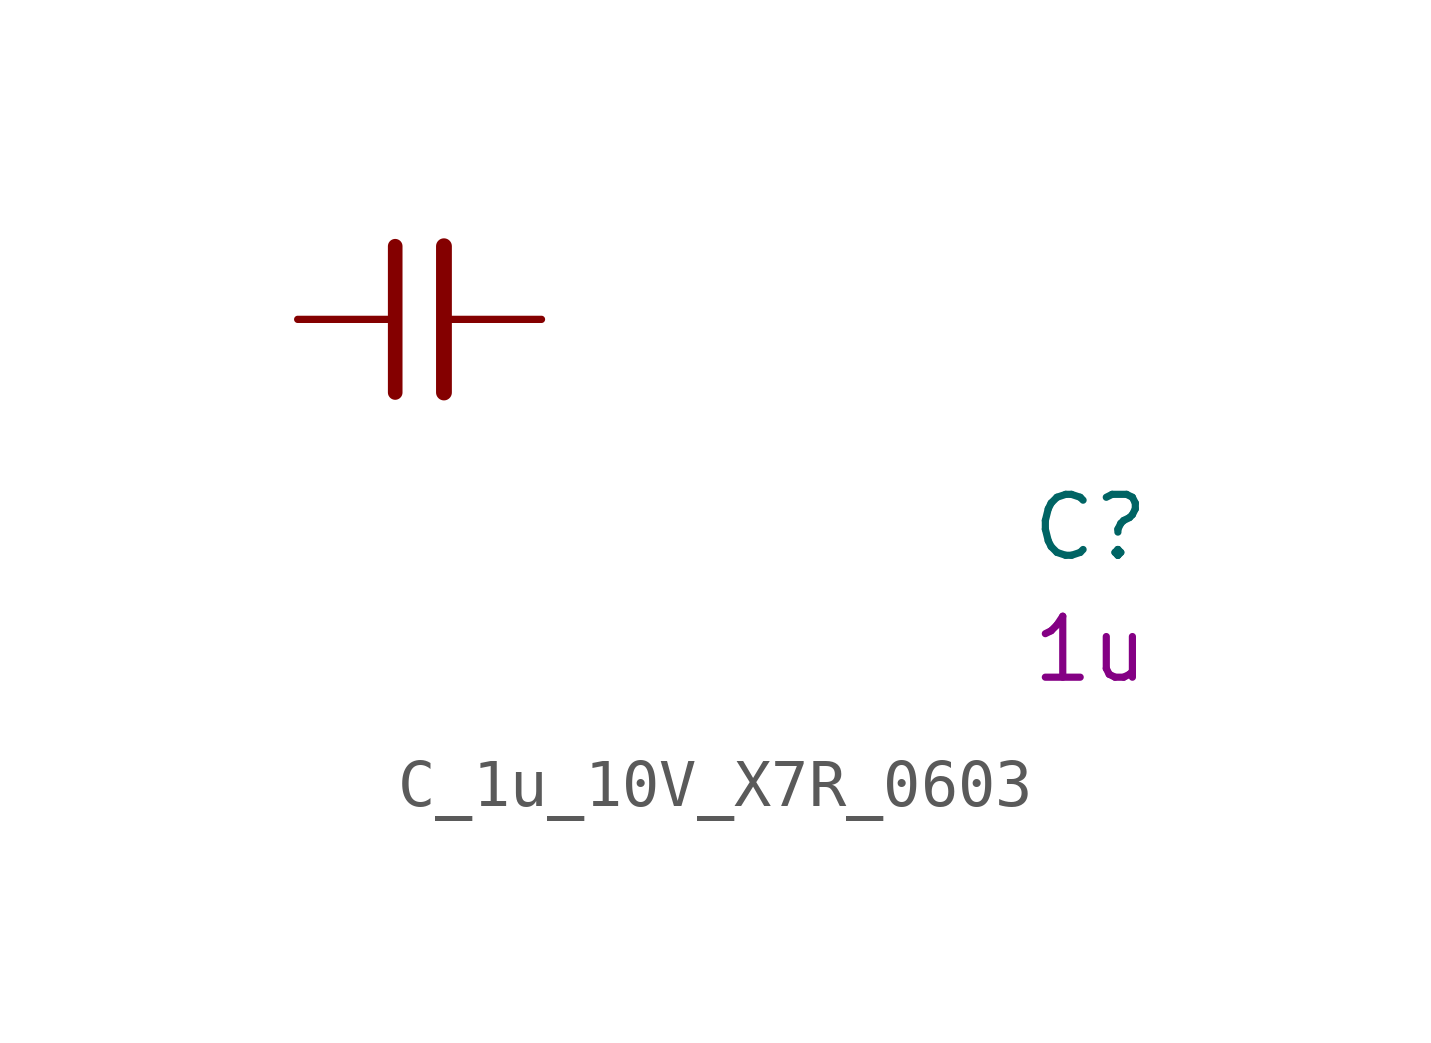
<source format=kicad_sym>
(kicad_symbol_lib
  (version 20220914)
  (generator kicad_symbol_editor)
  (symbol "C_1u_10V_X7R_0603"
    (pin_numbers hide)
    (pin_names hide)
    (property "Reference" "C"
      (at 15.24 -5.08 0)
      (effects (font (size 1.27 1.27) (thickness 0.15)) (justify left bottom)))
    (property "Val" "1u"
      (at 15.24 -7.62 0)
      (effects (font (size 1.27 1.27) (thickness 0.15)) (justify left bottom)))
    (symbol "C_1u_10V_X7R_0603_0_1"
      (polyline (pts (xy 2.032 -1.524) (xy 2.032 1.524)) (stroke (width 0.305) (type default)) (fill (type none)))
      (polyline (pts (xy 3.048 -1.524) (xy 3.048 1.524)) (stroke (width 0.33) (type default)) (fill (type none))))
    (symbol "C_1u_10V_X7R_0603_1_1"
      (pin passive line (at 0 0 0) (length 2.032) (name "~" (effects (font (size 1.27 1.27)))) (number "1" (effects (font (size 1.27 1.27)))))
      (pin passive line (at 5.08 0 180) (length 2.032) (name "~" (effects (font (size 1.27 1.27)))) (number "2" (effects (font (size 1.27 1.27))))))))
</source>
